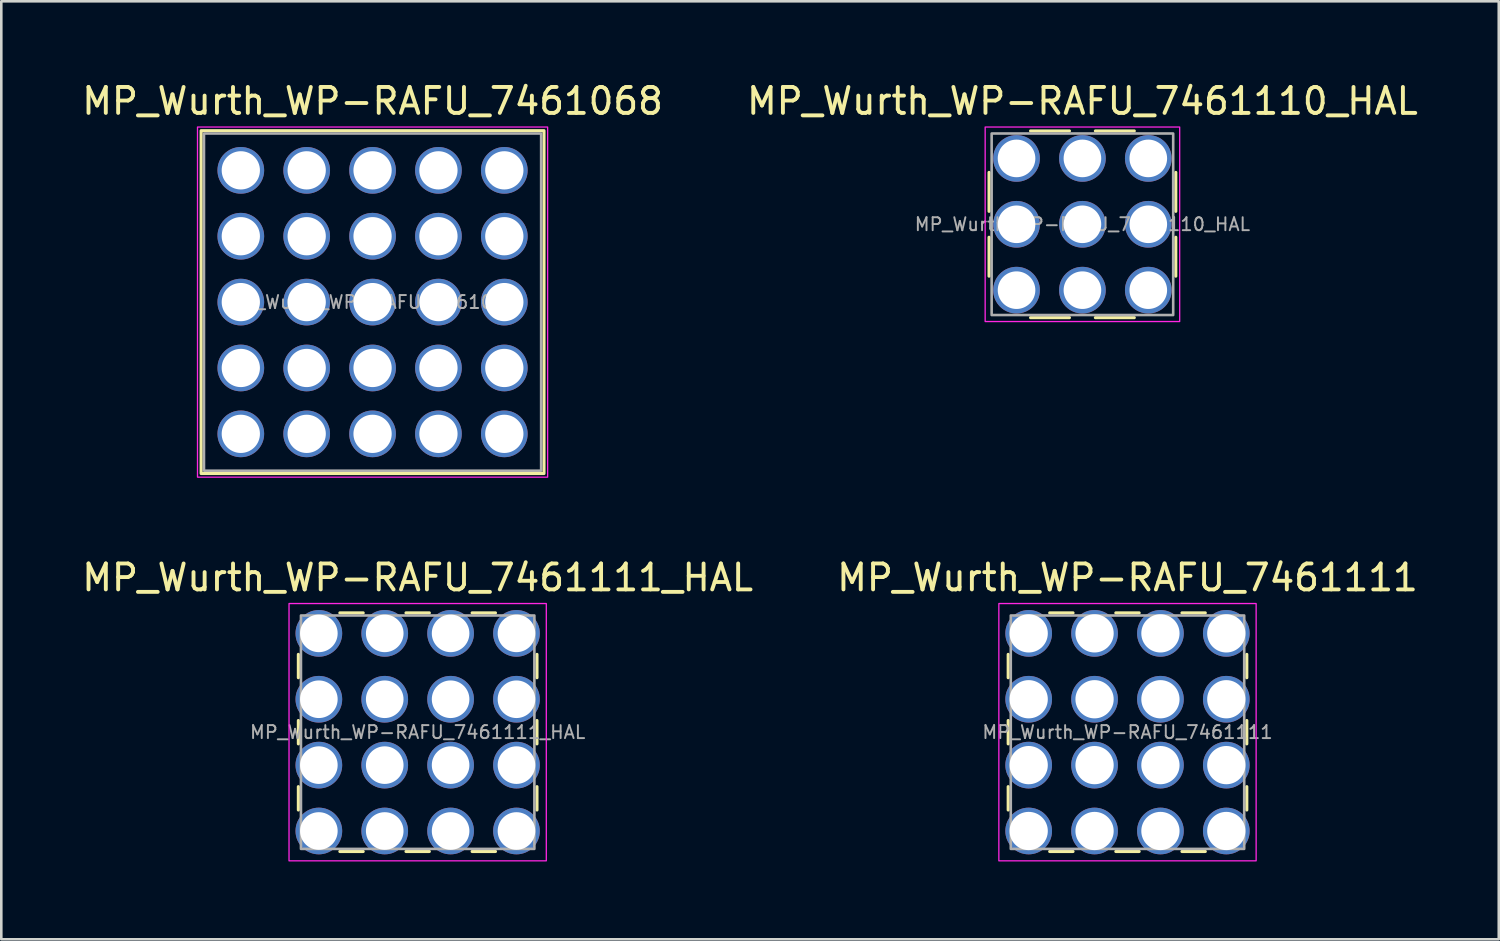
<source format=kicad_pcb>
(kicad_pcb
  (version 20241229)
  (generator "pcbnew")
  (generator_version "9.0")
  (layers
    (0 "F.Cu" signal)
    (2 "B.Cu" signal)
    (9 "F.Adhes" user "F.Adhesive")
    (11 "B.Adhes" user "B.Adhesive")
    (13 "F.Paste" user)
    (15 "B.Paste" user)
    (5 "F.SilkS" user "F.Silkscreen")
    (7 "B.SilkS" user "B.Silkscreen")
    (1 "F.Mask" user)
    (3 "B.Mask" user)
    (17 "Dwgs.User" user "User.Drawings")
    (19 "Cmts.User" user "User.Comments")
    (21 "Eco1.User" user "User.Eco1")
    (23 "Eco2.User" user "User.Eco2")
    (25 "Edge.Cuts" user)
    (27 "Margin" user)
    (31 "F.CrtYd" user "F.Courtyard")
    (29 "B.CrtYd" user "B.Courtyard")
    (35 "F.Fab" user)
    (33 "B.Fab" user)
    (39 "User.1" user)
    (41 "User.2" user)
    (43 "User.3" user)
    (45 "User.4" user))
  (footprint "MP_Wurth_WP-RAFU_7461068"
    (layer "F.Cu")
    (at 11.315 8.598)
    (property "Reference" "MP_Wurth_WP-RAFU_7461068" (at 0 -7.75 0) (unlocked yes) (layer "F.SilkS") (effects (font (size 1 1) (thickness 0.15))))
    (attr through_hole)
    (fp_rect (start -6.61 -6.61) (end 6.61 6.61) (stroke (width 0.12) (type default)) (fill no) (layer "F.SilkS"))
    (fp_rect (start -6.75 -6.75) (end 6.75 6.75) (stroke (width 0.05) (type solid)) (fill no) (layer "F.CrtYd"))
    (fp_rect (start -6.5 -6.5) (end 6.5 6.5) (stroke (width 0.1) (type solid)) (fill no) (layer "F.Fab"))
    (fp_text user "${REFERENCE}" (at 0 0 0) (unlocked yes) (layer "F.Fab") (effects (font (size 0.5 0.5) (thickness 0.075))))
    (pad "1" thru_hole circle (at -5.08 -5.08) (size 1.8 1.8) (drill 1.475) (layers "*.Cu" "*.Mask"))
    (pad "1" thru_hole circle (at -5.08 -2.54) (size 1.8 1.8) (drill 1.475) (layers "*.Cu" "*.Mask"))
    (pad "1" thru_hole circle (at -5.08 0) (size 1.8 1.8) (drill 1.475) (layers "*.Cu" "*.Mask"))
    (pad "1" thru_hole circle (at -5.08 2.54) (size 1.8 1.8) (drill 1.475) (layers "*.Cu" "*.Mask"))
    (pad "1" thru_hole circle (at -5.08 5.08) (size 1.8 1.8) (drill 1.475) (layers "*.Cu" "*.Mask"))
    (pad "1" thru_hole circle (at -2.54 -5.08) (size 1.8 1.8) (drill 1.475) (layers "*.Cu" "*.Mask"))
    (pad "1" thru_hole circle (at -2.54 -2.54) (size 1.8 1.8) (drill 1.475) (layers "*.Cu" "*.Mask"))
    (pad "1" thru_hole circle (at -2.54 0) (size 1.8 1.8) (drill 1.475) (layers "*.Cu" "*.Mask"))
    (pad "1" thru_hole circle (at -2.54 2.54) (size 1.8 1.8) (drill 1.475) (layers "*.Cu" "*.Mask"))
    (pad "1" thru_hole circle (at -2.54 5.08) (size 1.8 1.8) (drill 1.475) (layers "*.Cu" "*.Mask"))
    (pad "1" thru_hole circle (at 0 -5.08) (size 1.8 1.8) (drill 1.475) (layers "*.Cu" "*.Mask"))
    (pad "1" thru_hole circle (at 0 -2.54) (size 1.8 1.8) (drill 1.475) (layers "*.Cu" "*.Mask"))
    (pad "1" thru_hole circle (at 0 0) (size 1.8 1.8) (drill 1.475) (layers "*.Cu" "*.Mask"))
    (pad "1" thru_hole circle (at 0 2.54) (size 1.8 1.8) (drill 1.475) (layers "*.Cu" "*.Mask"))
    (pad "1" thru_hole circle (at 0 5.08) (size 1.8 1.8) (drill 1.475) (layers "*.Cu" "*.Mask"))
    (pad "1" thru_hole circle (at 2.54 -5.08) (size 1.8 1.8) (drill 1.475) (layers "*.Cu" "*.Mask"))
    (pad "1" thru_hole circle (at 2.54 -2.54) (size 1.8 1.8) (drill 1.475) (layers "*.Cu" "*.Mask"))
    (pad "1" thru_hole circle (at 2.54 0) (size 1.8 1.8) (drill 1.475) (layers "*.Cu" "*.Mask"))
    (pad "1" thru_hole circle (at 2.54 2.54) (size 1.8 1.8) (drill 1.475) (layers "*.Cu" "*.Mask"))
    (pad "1" thru_hole circle (at 2.54 5.08) (size 1.8 1.8) (drill 1.475) (layers "*.Cu" "*.Mask"))
    (pad "1" thru_hole circle (at 5.08 -5.08) (size 1.8 1.8) (drill 1.475) (layers "*.Cu" "*.Mask"))
    (pad "1" thru_hole circle (at 5.08 -2.54) (size 1.8 1.8) (drill 1.475) (layers "*.Cu" "*.Mask"))
    (pad "1" thru_hole circle (at 5.08 0) (size 1.8 1.8) (drill 1.475) (layers "*.Cu" "*.Mask"))
    (pad "1" thru_hole circle (at 5.08 2.54) (size 1.8 1.8) (drill 1.475) (layers "*.Cu" "*.Mask"))
    (pad "1" thru_hole circle (at 5.08 5.08) (size 1.8 1.8) (drill 1.475) (layers "*.Cu" "*.Mask")))
  (footprint "MP_Wurth_WP-RAFU_7461110_HAL"
    (layer "F.Cu")
    (at 38.685 5.598)
    (property "Reference" "MP_Wurth_WP-RAFU_7461110_HAL" (at 0 -4.75 0) (unlocked yes) (layer "F.SilkS") (effects (font (size 1 1) (thickness 0.15))))
    (attr through_hole)
    (fp_line (start -3.6 -2) (end -3.6 -0.5) (stroke (width 0.12) (type solid)) (layer "F.SilkS"))
    (fp_line (start -3.6 2) (end -3.6 0.5) (stroke (width 0.12) (type solid)) (layer "F.SilkS"))
    (fp_line (start -2 -3.6) (end -0.5 -3.6) (stroke (width 0.12) (type solid)) (layer "F.SilkS"))
    (fp_line (start -2 3.6) (end -0.5 3.6) (stroke (width 0.12) (type solid)) (layer "F.SilkS"))
    (fp_line (start 2 -3.6) (end 0.5 -3.6) (stroke (width 0.12) (type solid)) (layer "F.SilkS"))
    (fp_line (start 2 3.6) (end 0.5 3.6) (stroke (width 0.12) (type solid)) (layer "F.SilkS"))
    (fp_line (start 3.6 -2) (end 3.6 -0.5) (stroke (width 0.12) (type solid)) (layer "F.SilkS"))
    (fp_line (start 3.6 2) (end 3.6 0.5) (stroke (width 0.12) (type solid)) (layer "F.SilkS"))
    (fp_rect (start -3.75 -3.75) (end 3.75 3.75) (stroke (width 0.05) (type solid)) (fill no) (layer "F.CrtYd"))
    (fp_rect (start -3.5 -3.5) (end 3.5 3.5) (stroke (width 0.1) (type solid)) (fill no) (layer "F.Fab"))
    (fp_text user "${REFERENCE}" (at 0 0 0) (unlocked yes) (layer "F.Fab") (effects (font (size 0.5 0.5) (thickness 0.075))))
    (pad "1" thru_hole circle (at -2.54 -2.54) (size 1.8 1.8) (drill 1.45) (layers "*.Cu" "*.Mask"))
    (pad "1" thru_hole circle (at -2.54 0) (size 1.8 1.8) (drill 1.45) (layers "*.Cu" "*.Mask"))
    (pad "1" thru_hole circle (at -2.54 2.54) (size 1.8 1.8) (drill 1.45) (layers "*.Cu" "*.Mask"))
    (pad "1" thru_hole circle (at 0 -2.54) (size 1.8 1.8) (drill 1.45) (layers "*.Cu" "*.Mask"))
    (pad "1" thru_hole circle (at 0 0) (size 1.8 1.8) (drill 1.45) (layers "*.Cu" "*.Mask"))
    (pad "1" thru_hole circle (at 0 2.54) (size 1.8 1.8) (drill 1.45) (layers "*.Cu" "*.Mask"))
    (pad "1" thru_hole circle (at 2.54 -2.54) (size 1.8 1.8) (drill 1.45) (layers "*.Cu" "*.Mask"))
    (pad "1" thru_hole circle (at 2.54 0) (size 1.8 1.8) (drill 1.45) (layers "*.Cu" "*.Mask"))
    (pad "1" thru_hole circle (at 2.54 2.54) (size 1.8 1.8) (drill 1.45) (layers "*.Cu" "*.Mask")))
  (footprint "MP_Wurth_WP-RAFU_7461111"
    (layer "F.Cu")
    (at 40.423 25.181)
    (property "Reference" "MP_Wurth_WP-RAFU_7461111" (at 0 -5.96 0) (unlocked yes) (layer "F.SilkS") (effects (font (size 1 1) (thickness 0.15))))
    (attr through_hole)
    (fp_line (start -4.6 -2.1) (end -4.6 -3) (stroke (width 0.12) (type solid)) (layer "F.SilkS"))
    (fp_line (start -4.6 0.45) (end -4.6 -0.45) (stroke (width 0.12) (type solid)) (layer "F.SilkS"))
    (fp_line (start -4.6 3) (end -4.6 2.1) (stroke (width 0.12) (type solid)) (layer "F.SilkS"))
    (fp_line (start -3 -4.6) (end -2.1 -4.6) (stroke (width 0.12) (type solid)) (layer "F.SilkS"))
    (fp_line (start -2.1 4.6) (end -3 4.6) (stroke (width 0.12) (type solid)) (layer "F.SilkS"))
    (fp_line (start -0.45 -4.6) (end 0.45 -4.6) (stroke (width 0.12) (type solid)) (layer "F.SilkS"))
    (fp_line (start 0.45 4.6) (end -0.45 4.6) (stroke (width 0.12) (type solid)) (layer "F.SilkS"))
    (fp_line (start 2.1 -4.6) (end 3 -4.6) (stroke (width 0.12) (type solid)) (layer "F.SilkS"))
    (fp_line (start 3 4.6) (end 2.1 4.6) (stroke (width 0.12) (type solid)) (layer "F.SilkS"))
    (fp_line (start 4.6 -3) (end 4.6 -2.1) (stroke (width 0.12) (type solid)) (layer "F.SilkS"))
    (fp_line (start 4.6 -0.45) (end 4.6 0.45) (stroke (width 0.12) (type solid)) (layer "F.SilkS"))
    (fp_line (start 4.6 2.1) (end 4.6 3) (stroke (width 0.12) (type solid)) (layer "F.SilkS"))
    (fp_rect (start -4.96 -4.96) (end 4.96 4.96) (stroke (width 0.05) (type solid)) (fill no) (layer "F.CrtYd"))
    (fp_rect (start -4.5 -4.5) (end 4.5 4.5) (stroke (width 0.1) (type solid)) (fill no) (layer "F.Fab"))
    (fp_text user "${REFERENCE}" (at 0 0 0) (unlocked yes) (layer "F.Fab") (effects (font (size 0.5 0.5) (thickness 0.075))))
    (pad "1" thru_hole circle (at -3.81 -3.81) (size 1.8 1.8) (drill 1.475) (layers "*.Cu" "*.Mask"))
    (pad "1" thru_hole circle (at -3.81 -1.27) (size 1.8 1.8) (drill 1.475) (layers "*.Cu" "*.Mask"))
    (pad "1" thru_hole circle (at -3.81 1.27) (size 1.8 1.8) (drill 1.475) (layers "*.Cu" "*.Mask"))
    (pad "1" thru_hole circle (at -3.81 3.81) (size 1.8 1.8) (drill 1.475) (layers "*.Cu" "*.Mask"))
    (pad "1" thru_hole circle (at -1.27 -3.81) (size 1.8 1.8) (drill 1.475) (layers "*.Cu" "*.Mask"))
    (pad "1" thru_hole circle (at -1.27 -1.27) (size 1.8 1.8) (drill 1.475) (layers "*.Cu" "*.Mask"))
    (pad "1" thru_hole circle (at -1.27 1.27) (size 1.8 1.8) (drill 1.475) (layers "*.Cu" "*.Mask"))
    (pad "1" thru_hole circle (at -1.27 3.81) (size 1.8 1.8) (drill 1.475) (layers "*.Cu" "*.Mask"))
    (pad "1" thru_hole circle (at 1.27 -3.81) (size 1.8 1.8) (drill 1.475) (layers "*.Cu" "*.Mask"))
    (pad "1" thru_hole circle (at 1.27 -1.27) (size 1.8 1.8) (drill 1.475) (layers "*.Cu" "*.Mask"))
    (pad "1" thru_hole circle (at 1.27 1.27) (size 1.8 1.8) (drill 1.475) (layers "*.Cu" "*.Mask"))
    (pad "1" thru_hole circle (at 1.27 3.81) (size 1.8 1.8) (drill 1.475) (layers "*.Cu" "*.Mask"))
    (pad "1" thru_hole circle (at 3.81 -3.81) (size 1.8 1.8) (drill 1.475) (layers "*.Cu" "*.Mask"))
    (pad "1" thru_hole circle (at 3.81 -1.27) (size 1.8 1.8) (drill 1.475) (layers "*.Cu" "*.Mask"))
    (pad "1" thru_hole circle (at 3.81 1.27) (size 1.8 1.8) (drill 1.475) (layers "*.Cu" "*.Mask"))
    (pad "1" thru_hole circle (at 3.81 3.81) (size 1.8 1.8) (drill 1.475) (layers "*.Cu" "*.Mask")))
  (footprint "MP_Wurth_WP-RAFU_7461111_HAL"
    (layer "F.Cu")
    (at 13.054 25.181)
    (property "Reference" "MP_Wurth_WP-RAFU_7461111_HAL" (at 0 -5.96 0) (unlocked yes) (layer "F.SilkS") (effects (font (size 1 1) (thickness 0.15))))
    (attr through_hole)
    (fp_line (start -4.6 -2.1) (end -4.6 -3) (stroke (width 0.12) (type solid)) (layer "F.SilkS"))
    (fp_line (start -4.6 0.45) (end -4.6 -0.45) (stroke (width 0.12) (type solid)) (layer "F.SilkS"))
    (fp_line (start -4.6 3) (end -4.6 2.1) (stroke (width 0.12) (type solid)) (layer "F.SilkS"))
    (fp_line (start -3 -4.6) (end -2.1 -4.6) (stroke (width 0.12) (type solid)) (layer "F.SilkS"))
    (fp_line (start -2.1 4.6) (end -3 4.6) (stroke (width 0.12) (type solid)) (layer "F.SilkS"))
    (fp_line (start -0.45 -4.6) (end 0.45 -4.6) (stroke (width 0.12) (type solid)) (layer "F.SilkS"))
    (fp_line (start 0.45 4.6) (end -0.45 4.6) (stroke (width 0.12) (type solid)) (layer "F.SilkS"))
    (fp_line (start 2.1 -4.6) (end 3 -4.6) (stroke (width 0.12) (type solid)) (layer "F.SilkS"))
    (fp_line (start 3 4.6) (end 2.1 4.6) (stroke (width 0.12) (type solid)) (layer "F.SilkS"))
    (fp_line (start 4.6 -3) (end 4.6 -2.1) (stroke (width 0.12) (type solid)) (layer "F.SilkS"))
    (fp_line (start 4.6 -0.45) (end 4.6 0.45) (stroke (width 0.12) (type solid)) (layer "F.SilkS"))
    (fp_line (start 4.6 2.1) (end 4.6 3) (stroke (width 0.12) (type solid)) (layer "F.SilkS"))
    (fp_rect (start -4.96 -4.96) (end 4.96 4.96) (stroke (width 0.05) (type solid)) (fill no) (layer "F.CrtYd"))
    (fp_rect (start -4.5 -4.5) (end 4.5 4.5) (stroke (width 0.1) (type solid)) (fill no) (layer "F.Fab"))
    (fp_text user "${REFERENCE}" (at 0 0 0) (unlocked yes) (layer "F.Fab") (effects (font (size 0.5 0.5) (thickness 0.075))))
    (pad "1" thru_hole circle (at -3.81 -3.81) (size 1.8 1.8) (drill 1.45) (layers "*.Cu" "*.Mask"))
    (pad "1" thru_hole circle (at -3.81 -1.27) (size 1.8 1.8) (drill 1.45) (layers "*.Cu" "*.Mask"))
    (pad "1" thru_hole circle (at -3.81 1.27) (size 1.8 1.8) (drill 1.45) (layers "*.Cu" "*.Mask"))
    (pad "1" thru_hole circle (at -3.81 3.81) (size 1.8 1.8) (drill 1.45) (layers "*.Cu" "*.Mask"))
    (pad "1" thru_hole circle (at -1.27 -3.81) (size 1.8 1.8) (drill 1.45) (layers "*.Cu" "*.Mask"))
    (pad "1" thru_hole circle (at -1.27 -1.27) (size 1.8 1.8) (drill 1.45) (layers "*.Cu" "*.Mask"))
    (pad "1" thru_hole circle (at -1.27 1.27) (size 1.8 1.8) (drill 1.45) (layers "*.Cu" "*.Mask"))
    (pad "1" thru_hole circle (at -1.27 3.81) (size 1.8 1.8) (drill 1.45) (layers "*.Cu" "*.Mask"))
    (pad "1" thru_hole circle (at 1.27 -3.81) (size 1.8 1.8) (drill 1.45) (layers "*.Cu" "*.Mask"))
    (pad "1" thru_hole circle (at 1.27 -1.27) (size 1.8 1.8) (drill 1.45) (layers "*.Cu" "*.Mask"))
    (pad "1" thru_hole circle (at 1.27 1.27) (size 1.8 1.8) (drill 1.45) (layers "*.Cu" "*.Mask"))
    (pad "1" thru_hole circle (at 1.27 3.81) (size 1.8 1.8) (drill 1.45) (layers "*.Cu" "*.Mask"))
    (pad "1" thru_hole circle (at 3.81 -3.81) (size 1.8 1.8) (drill 1.45) (layers "*.Cu" "*.Mask"))
    (pad "1" thru_hole circle (at 3.81 -1.27) (size 1.8 1.8) (drill 1.45) (layers "*.Cu" "*.Mask"))
    (pad "1" thru_hole circle (at 3.81 1.27) (size 1.8 1.8) (drill 1.45) (layers "*.Cu" "*.Mask"))
    (pad "1" thru_hole circle (at 3.81 3.81) (size 1.8 1.8) (drill 1.45) (layers "*.Cu" "*.Mask")))
  (gr_rect
    (start -3 -3)
    (end 54.738 33.166)
    (stroke (width 0.1) (type default))
    (fill no)
    (layer "Edge.Cuts")))
</source>
